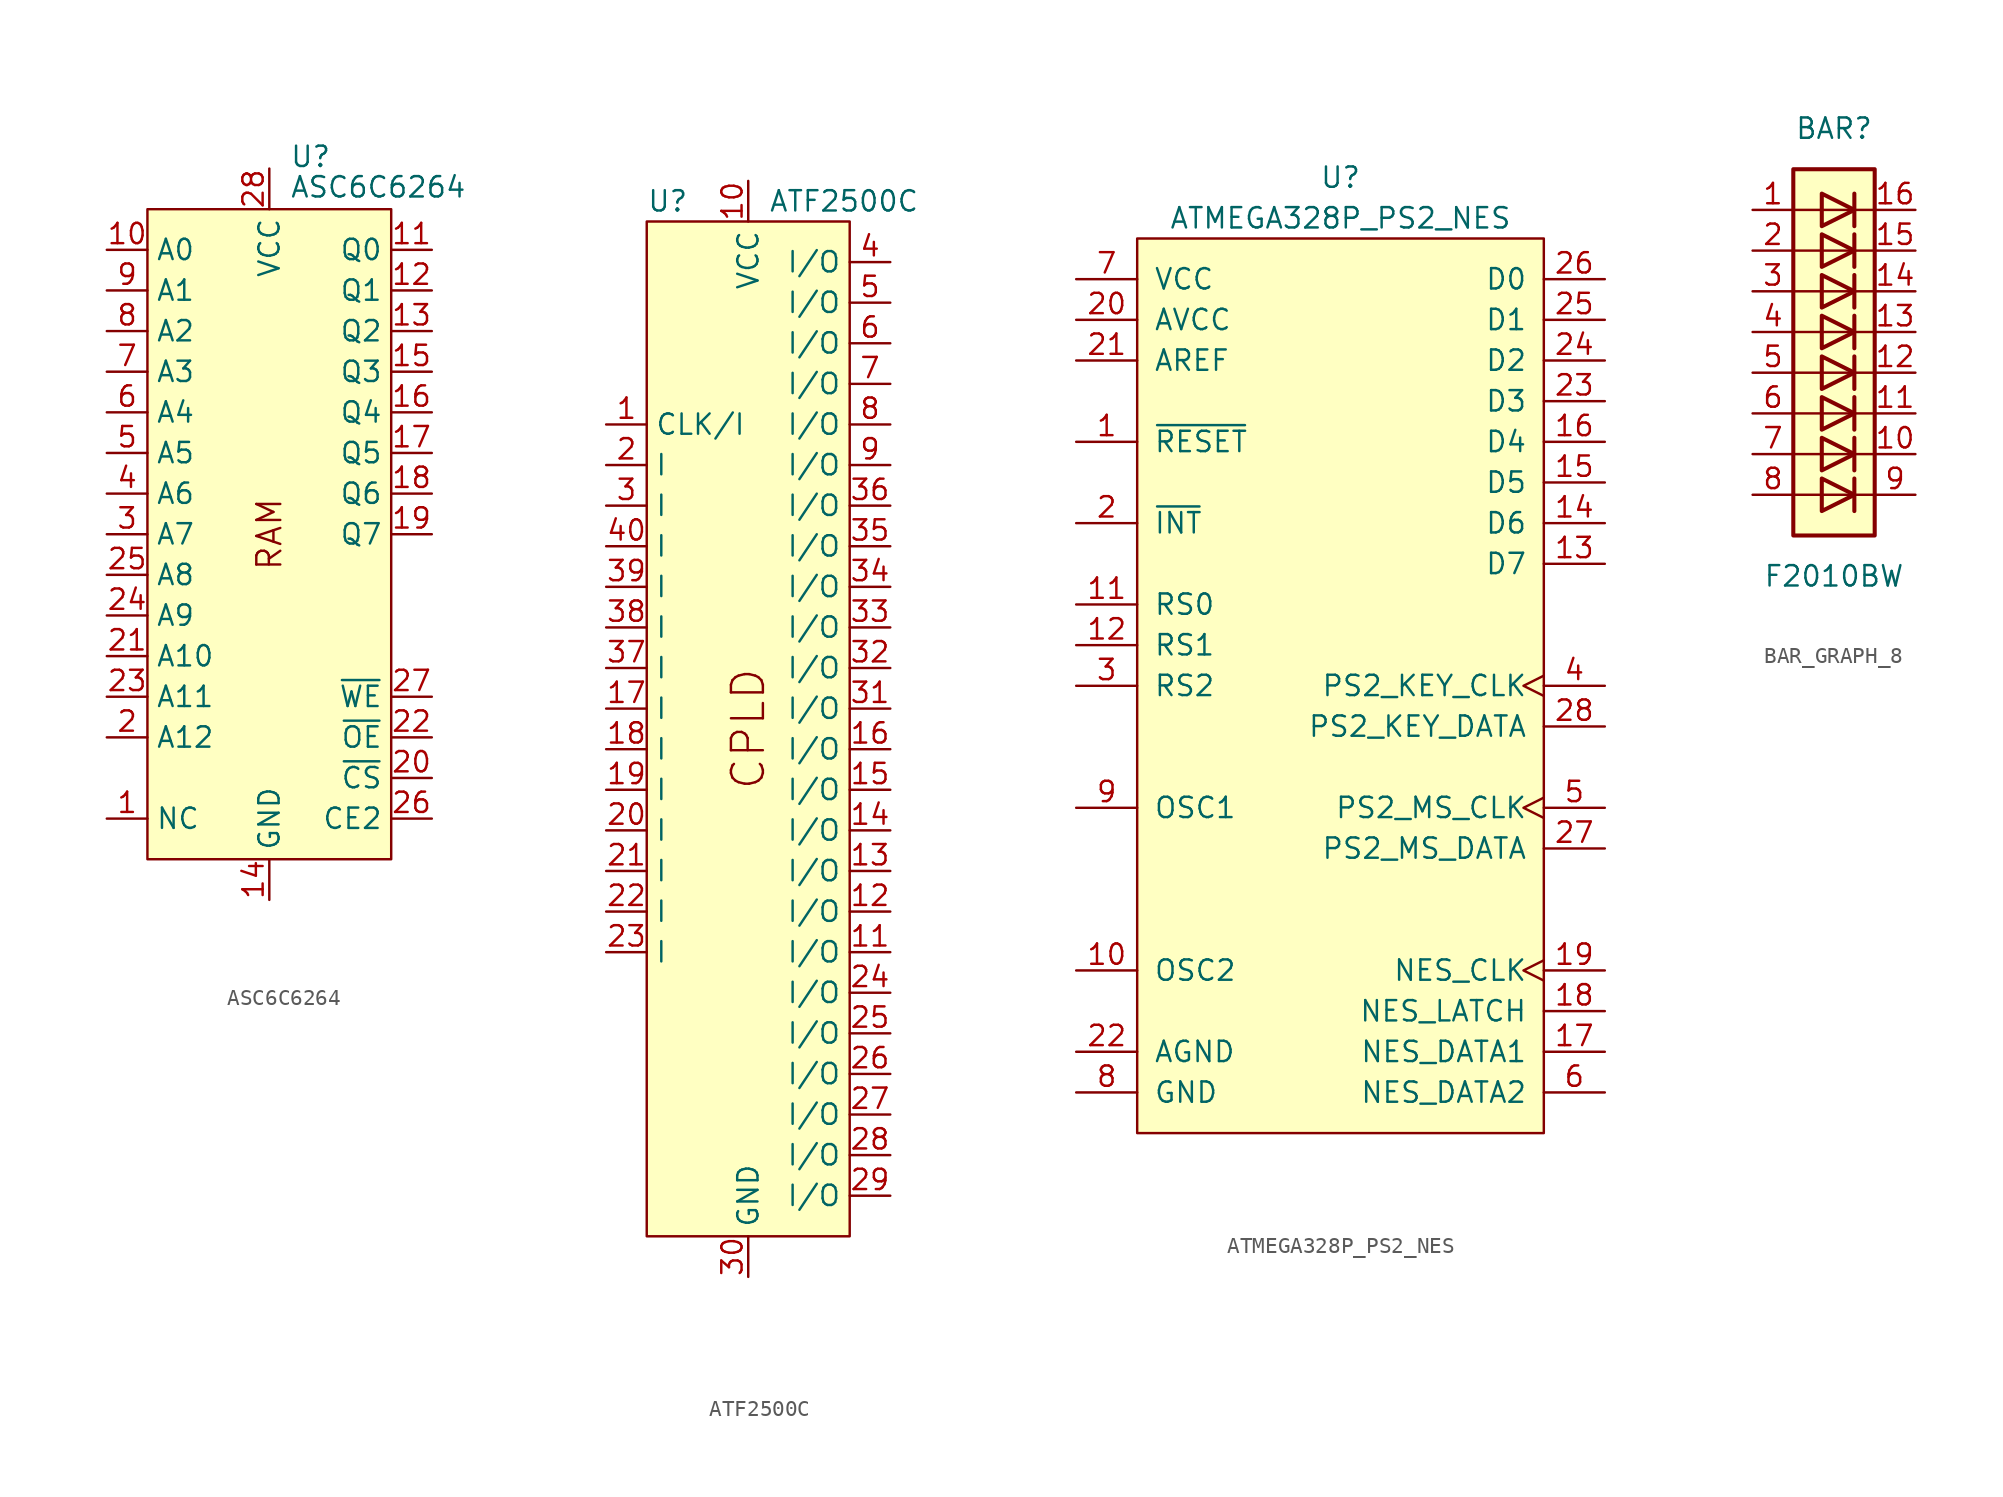
<source format=kicad_sym>
(kicad_symbol_lib
  (version 20220914)
  (generator kicad_symbol_editor)
  (symbol "ASC6C6264"
    (property "Reference" "U"
      (at 1.27 22.86 0)
      (effects (font (size 1.27 1.27)) (justify left bottom)))
    (property "Value" "ASC6C6264"
      (at 1.27 20.955 0)
      (effects (font (size 1.27 1.27)) (justify left bottom)))
    (symbol "ASC6C6264_0_0"
      (text "RAM" (at 0 0 900) (effects (font (size 1.499 1.499))))
      (pin power_in line (at 0 -22.86 90) (length 2.54) (name "GND" (effects (font (size 1.27 1.27)))) (number "14" (effects (font (size 1.27 1.27)))))
      (pin power_in line (at 0 22.86 270) (length 2.54) (name "VCC" (effects (font (size 1.27 1.27)))) (number "28" (effects (font (size 1.27 1.27))))))
    (symbol "ASC6C6264_0_1"
      (rectangle (start -7.62 20.32) (end 7.62 -20.32) (stroke (width 0) (type solid)) (fill (type background))))
    (symbol "ASC6C6264_1_1"
      (pin input line (at -10.16 -17.78 0) (length 2.54) (name "NC" (effects (font (size 1.27 1.27)))) (number "1" (effects (font (size 1.27 1.27)))))
      (pin input line (at -10.16 17.78 0) (length 2.54) (name "A0" (effects (font (size 1.27 1.27)))) (number "10" (effects (font (size 1.27 1.27)))))
      (pin tri_state line (at 10.16 17.78 180) (length 2.54) (name "Q0" (effects (font (size 1.27 1.27)))) (number "11" (effects (font (size 1.27 1.27)))))
      (pin tri_state line (at 10.16 15.24 180) (length 2.54) (name "Q1" (effects (font (size 1.27 1.27)))) (number "12" (effects (font (size 1.27 1.27)))))
      (pin tri_state line (at 10.16 12.7 180) (length 2.54) (name "Q2" (effects (font (size 1.27 1.27)))) (number "13" (effects (font (size 1.27 1.27)))))
      (pin tri_state line (at 10.16 10.16 180) (length 2.54) (name "Q3" (effects (font (size 1.27 1.27)))) (number "15" (effects (font (size 1.27 1.27)))))
      (pin tri_state line (at 10.16 7.62 180) (length 2.54) (name "Q4" (effects (font (size 1.27 1.27)))) (number "16" (effects (font (size 1.27 1.27)))))
      (pin tri_state line (at 10.16 5.08 180) (length 2.54) (name "Q5" (effects (font (size 1.27 1.27)))) (number "17" (effects (font (size 1.27 1.27)))))
      (pin tri_state line (at 10.16 2.54 180) (length 2.54) (name "Q6" (effects (font (size 1.27 1.27)))) (number "18" (effects (font (size 1.27 1.27)))))
      (pin tri_state line (at 10.16 0 180) (length 2.54) (name "Q7" (effects (font (size 1.27 1.27)))) (number "19" (effects (font (size 1.27 1.27)))))
      (pin input line (at -10.16 -12.7 0) (length 2.54) (name "A12" (effects (font (size 1.27 1.27)))) (number "2" (effects (font (size 1.27 1.27)))))
      (pin input line (at 10.16 -15.24 180) (length 2.54) (name "~{CS}" (effects (font (size 1.27 1.27)))) (number "20" (effects (font (size 1.27 1.27)))))
      (pin input line (at -10.16 -7.62 0) (length 2.54) (name "A10" (effects (font (size 1.27 1.27)))) (number "21" (effects (font (size 1.27 1.27)))))
      (pin input line (at 10.16 -12.7 180) (length 2.54) (name "~{OE}" (effects (font (size 1.27 1.27)))) (number "22" (effects (font (size 1.27 1.27)))))
      (pin input line (at -10.16 -10.16 0) (length 2.54) (name "A11" (effects (font (size 1.27 1.27)))) (number "23" (effects (font (size 1.27 1.27)))))
      (pin input line (at -10.16 -5.08 0) (length 2.54) (name "A9" (effects (font (size 1.27 1.27)))) (number "24" (effects (font (size 1.27 1.27)))))
      (pin input line (at -10.16 -2.54 0) (length 2.54) (name "A8" (effects (font (size 1.27 1.27)))) (number "25" (effects (font (size 1.27 1.27)))))
      (pin input line (at 10.16 -17.78 180) (length 2.54) (name "CE2" (effects (font (size 1.27 1.27)))) (number "26" (effects (font (size 1.27 1.27)))))
      (pin input line (at 10.16 -10.16 180) (length 2.54) (name "~{WE}" (effects (font (size 1.27 1.27)))) (number "27" (effects (font (size 1.27 1.27)))))
      (pin input line (at -10.16 0 0) (length 2.54) (name "A7" (effects (font (size 1.27 1.27)))) (number "3" (effects (font (size 1.27 1.27)))))
      (pin input line (at -10.16 2.54 0) (length 2.54) (name "A6" (effects (font (size 1.27 1.27)))) (number "4" (effects (font (size 1.27 1.27)))))
      (pin input line (at -10.16 5.08 0) (length 2.54) (name "A5" (effects (font (size 1.27 1.27)))) (number "5" (effects (font (size 1.27 1.27)))))
      (pin input line (at -10.16 7.62 0) (length 2.54) (name "A4" (effects (font (size 1.27 1.27)))) (number "6" (effects (font (size 1.27 1.27)))))
      (pin input line (at -10.16 10.16 0) (length 2.54) (name "A3" (effects (font (size 1.27 1.27)))) (number "7" (effects (font (size 1.27 1.27)))))
      (pin input line (at -10.16 12.7 0) (length 2.54) (name "A2" (effects (font (size 1.27 1.27)))) (number "8" (effects (font (size 1.27 1.27)))))
      (pin input line (at -10.16 15.24 0) (length 2.54) (name "A1" (effects (font (size 1.27 1.27)))) (number "9" (effects (font (size 1.27 1.27)))))))
  (symbol "ATF2500C"
    (property "Reference" "U"
      (at -6.35 0 0)
      (effects (font (size 1.27 1.27)) (justify left)))
    (property "Value" "ATF2500C"
      (at 1.27 0 0)
      (effects (font (size 1.27 1.27)) (justify left)))
    (symbol "ATF2500C_1_1"
      (rectangle (start -6.35 -1.27) (end 6.35 -64.77) (stroke (width 0) (type default)) (fill (type background)))
      (text "CPLD" (at 0 -33.02 900) (effects (font (size 2 2))))
      (pin input line (at -8.89 -13.97 0) (length 2.54) (name "CLK/I" (effects (font (size 1.27 1.27)))) (number "1" (effects (font (size 1.27 1.27)))))
      (pin power_in line (at 0 1.27 270) (length 2.54) (name "VCC" (effects (font (size 1.27 1.27)))) (number "10" (effects (font (size 1.27 1.27)))))
      (pin bidirectional line (at 8.89 -46.99 180) (length 2.54) (name "I/O" (effects (font (size 1.27 1.27)))) (number "11" (effects (font (size 1.27 1.27)))))
      (pin bidirectional line (at 8.89 -44.45 180) (length 2.54) (name "I/O" (effects (font (size 1.27 1.27)))) (number "12" (effects (font (size 1.27 1.27)))))
      (pin bidirectional line (at 8.89 -41.91 180) (length 2.54) (name "I/O" (effects (font (size 1.27 1.27)))) (number "13" (effects (font (size 1.27 1.27)))))
      (pin bidirectional line (at 8.89 -39.37 180) (length 2.54) (name "I/O" (effects (font (size 1.27 1.27)))) (number "14" (effects (font (size 1.27 1.27)))))
      (pin bidirectional line (at 8.89 -36.83 180) (length 2.54) (name "I/O" (effects (font (size 1.27 1.27)))) (number "15" (effects (font (size 1.27 1.27)))))
      (pin bidirectional line (at 8.89 -34.29 180) (length 2.54) (name "I/O" (effects (font (size 1.27 1.27)))) (number "16" (effects (font (size 1.27 1.27)))))
      (pin input line (at -8.89 -31.75 0) (length 2.54) (name "I" (effects (font (size 1.27 1.27)))) (number "17" (effects (font (size 1.27 1.27)))))
      (pin input line (at -8.89 -34.29 0) (length 2.54) (name "I" (effects (font (size 1.27 1.27)))) (number "18" (effects (font (size 1.27 1.27)))))
      (pin input line (at -8.89 -36.83 0) (length 2.54) (name "I" (effects (font (size 1.27 1.27)))) (number "19" (effects (font (size 1.27 1.27)))))
      (pin input line (at -8.89 -16.51 0) (length 2.54) (name "I" (effects (font (size 1.27 1.27)))) (number "2" (effects (font (size 1.27 1.27)))))
      (pin input line (at -8.89 -39.37 0) (length 2.54) (name "I" (effects (font (size 1.27 1.27)))) (number "20" (effects (font (size 1.27 1.27)))))
      (pin input line (at -8.89 -41.91 0) (length 2.54) (name "I" (effects (font (size 1.27 1.27)))) (number "21" (effects (font (size 1.27 1.27)))))
      (pin input line (at -8.89 -44.45 0) (length 2.54) (name "I" (effects (font (size 1.27 1.27)))) (number "22" (effects (font (size 1.27 1.27)))))
      (pin input line (at -8.89 -46.99 0) (length 2.54) (name "I" (effects (font (size 1.27 1.27)))) (number "23" (effects (font (size 1.27 1.27)))))
      (pin bidirectional line (at 8.89 -49.53 180) (length 2.54) (name "I/O" (effects (font (size 1.27 1.27)))) (number "24" (effects (font (size 1.27 1.27)))))
      (pin bidirectional line (at 8.89 -52.07 180) (length 2.54) (name "I/O" (effects (font (size 1.27 1.27)))) (number "25" (effects (font (size 1.27 1.27)))))
      (pin bidirectional line (at 8.89 -54.61 180) (length 2.54) (name "I/O" (effects (font (size 1.27 1.27)))) (number "26" (effects (font (size 1.27 1.27)))))
      (pin bidirectional line (at 8.89 -57.15 180) (length 2.54) (name "I/O" (effects (font (size 1.27 1.27)))) (number "27" (effects (font (size 1.27 1.27)))))
      (pin bidirectional line (at 8.89 -59.69 180) (length 2.54) (name "I/O" (effects (font (size 1.27 1.27)))) (number "28" (effects (font (size 1.27 1.27)))))
      (pin bidirectional line (at 8.89 -62.23 180) (length 2.54) (name "I/O" (effects (font (size 1.27 1.27)))) (number "29" (effects (font (size 1.27 1.27)))))
      (pin input line (at -8.89 -19.05 0) (length 2.54) (name "I" (effects (font (size 1.27 1.27)))) (number "3" (effects (font (size 1.27 1.27)))))
      (pin power_in line (at 0 -67.31 90) (length 2.54) (name "GND" (effects (font (size 1.27 1.27)))) (number "30" (effects (font (size 1.27 1.27)))))
      (pin bidirectional line (at 8.89 -31.75 180) (length 2.54) (name "I/O" (effects (font (size 1.27 1.27)))) (number "31" (effects (font (size 1.27 1.27)))))
      (pin bidirectional line (at 8.89 -29.21 180) (length 2.54) (name "I/O" (effects (font (size 1.27 1.27)))) (number "32" (effects (font (size 1.27 1.27)))))
      (pin bidirectional line (at 8.89 -26.67 180) (length 2.54) (name "I/O" (effects (font (size 1.27 1.27)))) (number "33" (effects (font (size 1.27 1.27)))))
      (pin bidirectional line (at 8.89 -24.13 180) (length 2.54) (name "I/O" (effects (font (size 1.27 1.27)))) (number "34" (effects (font (size 1.27 1.27)))))
      (pin bidirectional line (at 8.89 -21.59 180) (length 2.54) (name "I/O" (effects (font (size 1.27 1.27)))) (number "35" (effects (font (size 1.27 1.27)))))
      (pin bidirectional line (at 8.89 -19.05 180) (length 2.54) (name "I/O" (effects (font (size 1.27 1.27)))) (number "36" (effects (font (size 1.27 1.27)))))
      (pin input line (at -8.89 -29.21 0) (length 2.54) (name "I" (effects (font (size 1.27 1.27)))) (number "37" (effects (font (size 1.27 1.27)))))
      (pin input line (at -8.89 -26.67 0) (length 2.54) (name "I" (effects (font (size 1.27 1.27)))) (number "38" (effects (font (size 1.27 1.27)))))
      (pin input line (at -8.89 -24.13 0) (length 2.54) (name "I" (effects (font (size 1.27 1.27)))) (number "39" (effects (font (size 1.27 1.27)))))
      (pin bidirectional line (at 8.89 -3.81 180) (length 2.54) (name "I/O" (effects (font (size 1.27 1.27)))) (number "4" (effects (font (size 1.27 1.27)))))
      (pin input line (at -8.89 -21.59 0) (length 2.54) (name "I" (effects (font (size 1.27 1.27)))) (number "40" (effects (font (size 1.27 1.27)))))
      (pin bidirectional line (at 8.89 -6.35 180) (length 2.54) (name "I/O" (effects (font (size 1.27 1.27)))) (number "5" (effects (font (size 1.27 1.27)))))
      (pin bidirectional line (at 8.89 -8.89 180) (length 2.54) (name "I/O" (effects (font (size 1.27 1.27)))) (number "6" (effects (font (size 1.27 1.27)))))
      (pin bidirectional line (at 8.89 -11.43 180) (length 2.54) (name "I/O" (effects (font (size 1.27 1.27)))) (number "7" (effects (font (size 1.27 1.27)))))
      (pin bidirectional line (at 8.89 -13.97 180) (length 2.54) (name "I/O" (effects (font (size 1.27 1.27)))) (number "8" (effects (font (size 1.27 1.27)))))
      (pin bidirectional line (at 8.89 -16.51 180) (length 2.54) (name "I/O" (effects (font (size 1.27 1.27)))) (number "9" (effects (font (size 1.27 1.27)))))))
  (symbol "ATMEGA328P_PS2_NES"
    (pin_names
      (offset 1.016))
    (property "Reference" "U"
      (at 0 3.81 0)
      (effects (font (size 1.27 1.27))))
    (property "Value" "ATMEGA328P_PS2_NES"
      (at 0 1.27 0)
      (effects (font (size 1.27 1.27))))
    (symbol "ATMEGA328P_PS2_NES_0_1"
      (rectangle (start -12.7 0) (end 12.7 -55.88) (stroke (width 0) (type solid)) (fill (type background))))
    (symbol "ATMEGA328P_PS2_NES_1_1"
      (pin input line (at -16.51 -12.7 0) (length 3.81) (name "~{RESET}" (effects (font (size 1.27 1.27)))) (number "1" (effects (font (size 1.27 1.27)))))
      (pin output line (at -16.51 -45.72 0) (length 3.81) (name "OSC2" (effects (font (size 1.27 1.27)))) (number "10" (effects (font (size 1.27 1.27)))))
      (pin output line (at -16.51 -22.86 0) (length 3.81) (name "RS0" (effects (font (size 1.27 1.27)))) (number "11" (effects (font (size 1.27 1.27)))))
      (pin output line (at -16.51 -25.4 0) (length 3.81) (name "RS1" (effects (font (size 1.27 1.27)))) (number "12" (effects (font (size 1.27 1.27)))))
      (pin bidirectional line (at 16.51 -20.32 180) (length 3.81) (name "D7" (effects (font (size 1.27 1.27)))) (number "13" (effects (font (size 1.27 1.27)))))
      (pin bidirectional line (at 16.51 -17.78 180) (length 3.81) (name "D6" (effects (font (size 1.27 1.27)))) (number "14" (effects (font (size 1.27 1.27)))))
      (pin bidirectional line (at 16.51 -15.24 180) (length 3.81) (name "D5" (effects (font (size 1.27 1.27)))) (number "15" (effects (font (size 1.27 1.27)))))
      (pin bidirectional line (at 16.51 -12.7 180) (length 3.81) (name "D4" (effects (font (size 1.27 1.27)))) (number "16" (effects (font (size 1.27 1.27)))))
      (pin input line (at 16.51 -50.8 180) (length 3.81) (name "NES_DATA1" (effects (font (size 1.27 1.27)))) (number "17" (effects (font (size 1.27 1.27)))))
      (pin output line (at 16.51 -48.26 180) (length 3.81) (name "NES_LATCH" (effects (font (size 1.27 1.27)))) (number "18" (effects (font (size 1.27 1.27)))))
      (pin output clock (at 16.51 -45.72 180) (length 3.81) (name "NES_CLK" (effects (font (size 1.27 1.27)))) (number "19" (effects (font (size 1.27 1.27)))))
      (pin output line (at -16.51 -17.78 0) (length 3.81) (name "~{INT}" (effects (font (size 1.27 1.27)))) (number "2" (effects (font (size 1.27 1.27)))))
      (pin power_in line (at -16.51 -5.08 0) (length 3.81) (name "AVCC" (effects (font (size 1.27 1.27)))) (number "20" (effects (font (size 1.27 1.27)))))
      (pin input line (at -16.51 -7.62 0) (length 3.81) (name "AREF" (effects (font (size 1.27 1.27)))) (number "21" (effects (font (size 1.27 1.27)))))
      (pin power_in line (at -16.51 -50.8 0) (length 3.81) (name "AGND" (effects (font (size 1.27 1.27)))) (number "22" (effects (font (size 1.27 1.27)))))
      (pin bidirectional line (at 16.51 -10.16 180) (length 3.81) (name "D3" (effects (font (size 1.27 1.27)))) (number "23" (effects (font (size 1.27 1.27)))))
      (pin bidirectional line (at 16.51 -7.62 180) (length 3.81) (name "D2" (effects (font (size 1.27 1.27)))) (number "24" (effects (font (size 1.27 1.27)))))
      (pin bidirectional line (at 16.51 -5.08 180) (length 3.81) (name "D1" (effects (font (size 1.27 1.27)))) (number "25" (effects (font (size 1.27 1.27)))))
      (pin bidirectional line (at 16.51 -2.54 180) (length 3.81) (name "D0" (effects (font (size 1.27 1.27)))) (number "26" (effects (font (size 1.27 1.27)))))
      (pin input line (at 16.51 -38.1 180) (length 3.81) (name "PS2_MS_DATA" (effects (font (size 1.27 1.27)))) (number "27" (effects (font (size 1.27 1.27)))))
      (pin bidirectional line (at 16.51 -30.48 180) (length 3.81) (name "PS2_KEY_DATA" (effects (font (size 1.27 1.27)))) (number "28" (effects (font (size 1.27 1.27)))))
      (pin output line (at -16.51 -27.94 0) (length 3.81) (name "RS2" (effects (font (size 1.27 1.27)))) (number "3" (effects (font (size 1.27 1.27)))))
      (pin bidirectional clock (at 16.51 -27.94 180) (length 3.81) (name "PS2_KEY_CLK" (effects (font (size 1.27 1.27)))) (number "4" (effects (font (size 1.27 1.27)))))
      (pin bidirectional clock (at 16.51 -35.56 180) (length 3.81) (name "PS2_MS_CLK" (effects (font (size 1.27 1.27)))) (number "5" (effects (font (size 1.27 1.27)))))
      (pin input line (at 16.51 -53.34 180) (length 3.81) (name "NES_DATA2" (effects (font (size 1.27 1.27)))) (number "6" (effects (font (size 1.27 1.27)))))
      (pin power_in line (at -16.51 -2.54 0) (length 3.81) (name "VCC" (effects (font (size 1.27 1.27)))) (number "7" (effects (font (size 1.27 1.27)))))
      (pin power_in line (at -16.51 -53.34 0) (length 3.81) (name "GND" (effects (font (size 1.27 1.27)))) (number "8" (effects (font (size 1.27 1.27)))))
      (pin input line (at -16.51 -35.56 0) (length 3.81) (name "OSC1" (effects (font (size 1.27 1.27)))) (number "9" (effects (font (size 1.27 1.27)))))))
  (symbol "BAR_GRAPH_8"
    (pin_names
      (offset 1.016) hide)
    (property "Reference" "BAR"
      (at 0 15.24 0)
      (effects (font (size 1.27 1.27))))
    (property "Value" "F2010BW"
      (at 0 -12.7 0)
      (effects (font (size 1.27 1.27))))
    (symbol "BAR_GRAPH_8_0_1"
      (rectangle (start -2.54 12.7) (end 2.54 -10.16) (stroke (width 0.254) (type default)) (fill (type background)))
      (polyline (pts (xy -2.54 -7.62) (xy 2.54 -7.62)) (stroke (width 0) (type default)) (fill (type none)))
      (polyline (pts (xy -2.54 -5.08) (xy 2.54 -5.08)) (stroke (width 0) (type default)) (fill (type none)))
      (polyline (pts (xy -2.54 0) (xy 2.54 0)) (stroke (width 0) (type default)) (fill (type none)))
      (polyline (pts (xy -2.54 5.08) (xy 2.54 5.08)) (stroke (width 0) (type default)) (fill (type none)))
      (polyline (pts (xy -2.54 7.62) (xy 2.54 7.62)) (stroke (width 0) (type default)) (fill (type none)))
      (polyline (pts (xy -2.54 10.16) (xy 2.54 10.16)) (stroke (width 0) (type default)) (fill (type none)))
      (polyline (pts (xy 1.27 -6.604) (xy 1.27 -8.636)) (stroke (width 0.254) (type default)) (fill (type none)))
      (polyline (pts (xy 1.27 -4.064) (xy 1.27 -6.096)) (stroke (width 0.254) (type default)) (fill (type none)))
      (polyline (pts (xy 1.27 -1.524) (xy 1.27 -3.556)) (stroke (width 0.254) (type default)) (fill (type none)))
      (polyline (pts (xy 1.27 1.016) (xy 1.27 -1.016)) (stroke (width 0.254) (type default)) (fill (type none)))
      (polyline (pts (xy 1.27 3.556) (xy 1.27 1.524)) (stroke (width 0.254) (type default)) (fill (type none)))
      (polyline (pts (xy 1.27 6.096) (xy 1.27 4.064)) (stroke (width 0.254) (type default)) (fill (type none)))
      (polyline (pts (xy 1.27 8.636) (xy 1.27 6.604)) (stroke (width 0.254) (type default)) (fill (type none)))
      (polyline (pts (xy 1.27 11.176) (xy 1.27 9.144)) (stroke (width 0.254) (type default)) (fill (type none)))
      (polyline (pts (xy 2.54 -2.54) (xy -2.54 -2.54)) (stroke (width 0) (type default)) (fill (type none)))
      (polyline (pts (xy 2.54 2.54) (xy -2.54 2.54)) (stroke (width 0) (type default)) (fill (type none)))
      (polyline (pts (xy -0.762 -6.604) (xy -0.762 -8.636) (xy 1.27 -7.62) (xy -0.762 -6.604)) (stroke (width 0.254) (type default)) (fill (type none)))
      (polyline (pts (xy -0.762 -4.064) (xy -0.762 -6.096) (xy 1.27 -5.08) (xy -0.762 -4.064)) (stroke (width 0.254) (type default)) (fill (type none)))
      (polyline (pts (xy -0.762 -1.524) (xy -0.762 -3.556) (xy 1.27 -2.54) (xy -0.762 -1.524)) (stroke (width 0.254) (type default)) (fill (type none)))
      (polyline (pts (xy -0.762 1.016) (xy -0.762 -1.016) (xy 1.27 0) (xy -0.762 1.016)) (stroke (width 0.254) (type default)) (fill (type none)))
      (polyline (pts (xy -0.762 3.556) (xy -0.762 1.524) (xy 1.27 2.54) (xy -0.762 3.556)) (stroke (width 0.254) (type default)) (fill (type none)))
      (polyline (pts (xy -0.762 6.096) (xy -0.762 4.064) (xy 1.27 5.08) (xy -0.762 6.096)) (stroke (width 0.254) (type default)) (fill (type none)))
      (polyline (pts (xy -0.762 8.636) (xy -0.762 6.604) (xy 1.27 7.62) (xy -0.762 8.636)) (stroke (width 0.254) (type default)) (fill (type none)))
      (polyline (pts (xy -0.762 11.176) (xy -0.762 9.144) (xy 1.27 10.16) (xy -0.762 11.176)) (stroke (width 0.254) (type default)) (fill (type none))))
    (symbol "BAR_GRAPH_8_1_1"
      (pin passive line (at -5.08 10.16 0) (length 2.54) (name "A" (effects (font (size 1.27 1.27)))) (number "1" (effects (font (size 1.27 1.27)))))
      (pin passive line (at 5.08 -5.08 180) (length 2.54) (name "A" (effects (font (size 1.27 1.27)))) (number "10" (effects (font (size 1.27 1.27)))))
      (pin passive line (at 5.08 -2.54 180) (length 2.54) (name "K" (effects (font (size 1.27 1.27)))) (number "11" (effects (font (size 1.27 1.27)))))
      (pin passive line (at 5.08 0 180) (length 2.54) (name "K" (effects (font (size 1.27 1.27)))) (number "12" (effects (font (size 1.27 1.27)))))
      (pin passive line (at 5.08 2.54 180) (length 2.54) (name "K" (effects (font (size 1.27 1.27)))) (number "13" (effects (font (size 1.27 1.27)))))
      (pin passive line (at 5.08 5.08 180) (length 2.54) (name "K" (effects (font (size 1.27 1.27)))) (number "14" (effects (font (size 1.27 1.27)))))
      (pin passive line (at 5.08 7.62 180) (length 2.54) (name "K" (effects (font (size 1.27 1.27)))) (number "15" (effects (font (size 1.27 1.27)))))
      (pin passive line (at 5.08 10.16 180) (length 2.54) (name "K" (effects (font (size 1.27 1.27)))) (number "16" (effects (font (size 1.27 1.27)))))
      (pin passive line (at -5.08 7.62 0) (length 2.54) (name "A" (effects (font (size 1.27 1.27)))) (number "2" (effects (font (size 1.27 1.27)))))
      (pin passive line (at -5.08 5.08 0) (length 2.54) (name "A" (effects (font (size 1.27 1.27)))) (number "3" (effects (font (size 1.27 1.27)))))
      (pin passive line (at -5.08 2.54 0) (length 2.54) (name "A" (effects (font (size 1.27 1.27)))) (number "4" (effects (font (size 1.27 1.27)))))
      (pin passive line (at -5.08 0 0) (length 2.54) (name "A" (effects (font (size 1.27 1.27)))) (number "5" (effects (font (size 1.27 1.27)))))
      (pin passive line (at -5.08 -2.54 0) (length 2.54) (name "A" (effects (font (size 1.27 1.27)))) (number "6" (effects (font (size 1.27 1.27)))))
      (pin passive line (at -5.08 -5.08 0) (length 2.54) (name "A" (effects (font (size 1.27 1.27)))) (number "7" (effects (font (size 1.27 1.27)))))
      (pin passive line (at -5.08 -7.62 0) (length 2.54) (name "A" (effects (font (size 1.27 1.27)))) (number "8" (effects (font (size 1.27 1.27)))))
      (pin passive line (at 5.08 -7.62 180) (length 2.54) (name "A" (effects (font (size 1.27 1.27)))) (number "9" (effects (font (size 1.27 1.27))))))))
</source>
